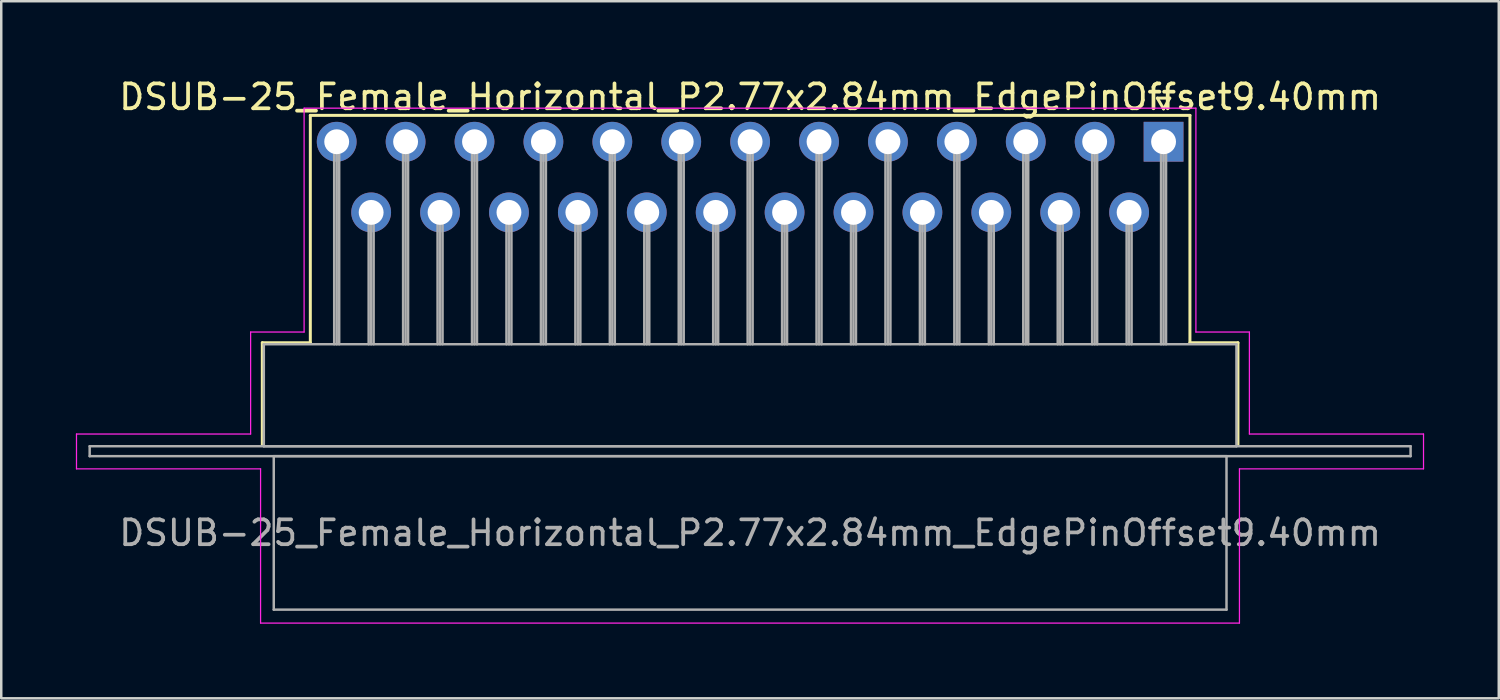
<source format=kicad_pcb>
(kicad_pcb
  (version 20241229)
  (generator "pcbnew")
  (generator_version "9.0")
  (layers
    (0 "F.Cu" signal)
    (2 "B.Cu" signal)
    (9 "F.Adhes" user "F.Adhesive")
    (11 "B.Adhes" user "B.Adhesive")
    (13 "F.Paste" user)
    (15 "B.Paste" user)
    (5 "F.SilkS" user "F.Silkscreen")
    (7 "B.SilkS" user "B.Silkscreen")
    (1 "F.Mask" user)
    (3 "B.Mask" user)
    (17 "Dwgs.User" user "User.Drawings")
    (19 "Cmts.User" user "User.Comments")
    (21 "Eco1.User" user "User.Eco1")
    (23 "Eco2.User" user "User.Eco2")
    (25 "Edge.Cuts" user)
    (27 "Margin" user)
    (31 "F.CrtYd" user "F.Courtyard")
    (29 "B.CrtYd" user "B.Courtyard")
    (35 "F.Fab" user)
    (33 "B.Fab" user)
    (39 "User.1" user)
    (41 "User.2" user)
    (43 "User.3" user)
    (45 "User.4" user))
  (footprint "DSUB-25_Female_Horizontal_P2.77x2.84mm_EdgePinOffset9.40mm"
    (layer "F.Cu")
    (at 43.725 2.648)
    (property "Reference" "DSUB-25_Female_Horizontal_P2.77x2.84mm_EdgePinOffset9.40mm" (at -16.62 -1.8 0) (layer "F.SilkS") (effects (font (size 1 1) (thickness 0.15))))
    (attr through_hole)
    (fp_line (start -36.23 8.08) (end -34.3 8.08) (stroke (width 0.12) (type solid)) (layer "F.SilkS"))
    (fp_line (start -36.23 12.18) (end -36.23 8.08) (stroke (width 0.12) (type solid)) (layer "F.SilkS"))
    (fp_line (start -34.3 -1.06) (end 1.06 -1.06) (stroke (width 0.12) (type solid)) (layer "F.SilkS"))
    (fp_line (start -34.3 8.08) (end -34.3 -1.06) (stroke (width 0.12) (type solid)) (layer "F.SilkS"))
    (fp_line (start -0.25 -1.754) (end 0.25 -1.754) (stroke (width 0.12) (type solid)) (layer "F.SilkS"))
    (fp_line (start 0 -1.321) (end -0.25 -1.754) (stroke (width 0.12) (type solid)) (layer "F.SilkS"))
    (fp_line (start 0.25 -1.754) (end 0 -1.321) (stroke (width 0.12) (type solid)) (layer "F.SilkS"))
    (fp_line (start 1.06 -1.06) (end 1.06 8.08) (stroke (width 0.12) (type solid)) (layer "F.SilkS"))
    (fp_line (start 1.06 8.08) (end 2.99 8.08) (stroke (width 0.12) (type solid)) (layer "F.SilkS"))
    (fp_line (start 2.99 8.08) (end 2.99 12.18) (stroke (width 0.12) (type solid)) (layer "F.SilkS"))
    (fp_line (start -43.7 11.75) (end -36.7 11.75) (stroke (width 0.05) (type solid)) (layer "F.CrtYd"))
    (fp_line (start -43.7 13.15) (end -43.7 11.75) (stroke (width 0.05) (type solid)) (layer "F.CrtYd"))
    (fp_line (start -36.7 7.65) (end -34.55 7.65) (stroke (width 0.05) (type solid)) (layer "F.CrtYd"))
    (fp_line (start -36.7 11.75) (end -36.7 7.65) (stroke (width 0.05) (type solid)) (layer "F.CrtYd"))
    (fp_line (start -36.3 13.15) (end -43.7 13.15) (stroke (width 0.05) (type solid)) (layer "F.CrtYd"))
    (fp_line (start -36.3 19.35) (end -36.3 13.15) (stroke (width 0.05) (type solid)) (layer "F.CrtYd"))
    (fp_line (start -34.55 -1.35) (end 1.3 -1.35) (stroke (width 0.05) (type solid)) (layer "F.CrtYd"))
    (fp_line (start -34.55 7.65) (end -34.55 -1.35) (stroke (width 0.05) (type solid)) (layer "F.CrtYd"))
    (fp_line (start 1.3 -1.35) (end 1.3 7.65) (stroke (width 0.05) (type solid)) (layer "F.CrtYd"))
    (fp_line (start 1.3 7.65) (end 3.45 7.65) (stroke (width 0.05) (type solid)) (layer "F.CrtYd"))
    (fp_line (start 3.05 13.15) (end 3.05 19.35) (stroke (width 0.05) (type solid)) (layer "F.CrtYd"))
    (fp_line (start 3.05 19.35) (end -36.3 19.35) (stroke (width 0.05) (type solid)) (layer "F.CrtYd"))
    (fp_line (start 3.45 7.65) (end 3.45 11.75) (stroke (width 0.05) (type solid)) (layer "F.CrtYd"))
    (fp_line (start 3.45 11.75) (end 10.45 11.75) (stroke (width 0.05) (type solid)) (layer "F.CrtYd"))
    (fp_line (start 10.45 11.75) (end 10.45 13.15) (stroke (width 0.05) (type solid)) (layer "F.CrtYd"))
    (fp_line (start 10.45 13.15) (end 3.05 13.15) (stroke (width 0.05) (type solid)) (layer "F.CrtYd"))
    (fp_line (start -43.17 12.24) (end -43.17 12.64) (stroke (width 0.1) (type solid)) (layer "F.Fab"))
    (fp_line (start -43.17 12.64) (end 9.93 12.64) (stroke (width 0.1) (type solid)) (layer "F.Fab"))
    (fp_line (start -36.17 8.14) (end -36.17 12.24) (stroke (width 0.1) (type solid)) (layer "F.Fab"))
    (fp_line (start -36.17 12.24) (end 2.93 12.24) (stroke (width 0.1) (type solid)) (layer "F.Fab"))
    (fp_line (start -35.77 12.64) (end -35.77 18.81) (stroke (width 0.1) (type solid)) (layer "F.Fab"))
    (fp_line (start -35.77 18.81) (end 2.53 18.81) (stroke (width 0.1) (type solid)) (layer "F.Fab"))
    (fp_line (start -33.34 0) (end -33.34 8.14) (stroke (width 0.1) (type solid)) (layer "F.Fab"))
    (fp_line (start -33.24 0) (end -33.24 8.14) (stroke (width 0.1) (type solid)) (layer "F.Fab"))
    (fp_line (start -33.14 0) (end -33.14 8.14) (stroke (width 0.1) (type solid)) (layer "F.Fab"))
    (fp_line (start -31.955 2.84) (end -31.955 8.14) (stroke (width 0.1) (type solid)) (layer "F.Fab"))
    (fp_line (start -31.855 2.84) (end -31.855 8.14) (stroke (width 0.1) (type solid)) (layer "F.Fab"))
    (fp_line (start -31.755 2.84) (end -31.755 8.14) (stroke (width 0.1) (type solid)) (layer "F.Fab"))
    (fp_line (start -30.57 0) (end -30.57 8.14) (stroke (width 0.1) (type solid)) (layer "F.Fab"))
    (fp_line (start -30.47 0) (end -30.47 8.14) (stroke (width 0.1) (type solid)) (layer "F.Fab"))
    (fp_line (start -30.37 0) (end -30.37 8.14) (stroke (width 0.1) (type solid)) (layer "F.Fab"))
    (fp_line (start -29.185 2.84) (end -29.185 8.14) (stroke (width 0.1) (type solid)) (layer "F.Fab"))
    (fp_line (start -29.085 2.84) (end -29.085 8.14) (stroke (width 0.1) (type solid)) (layer "F.Fab"))
    (fp_line (start -28.985 2.84) (end -28.985 8.14) (stroke (width 0.1) (type solid)) (layer "F.Fab"))
    (fp_line (start -27.8 0) (end -27.8 8.14) (stroke (width 0.1) (type solid)) (layer "F.Fab"))
    (fp_line (start -27.7 0) (end -27.7 8.14) (stroke (width 0.1) (type solid)) (layer "F.Fab"))
    (fp_line (start -27.6 0) (end -27.6 8.14) (stroke (width 0.1) (type solid)) (layer "F.Fab"))
    (fp_line (start -26.415 2.84) (end -26.415 8.14) (stroke (width 0.1) (type solid)) (layer "F.Fab"))
    (fp_line (start -26.315 2.84) (end -26.315 8.14) (stroke (width 0.1) (type solid)) (layer "F.Fab"))
    (fp_line (start -26.215 2.84) (end -26.215 8.14) (stroke (width 0.1) (type solid)) (layer "F.Fab"))
    (fp_line (start -25.03 0) (end -25.03 8.14) (stroke (width 0.1) (type solid)) (layer "F.Fab"))
    (fp_line (start -24.93 0) (end -24.93 8.14) (stroke (width 0.1) (type solid)) (layer "F.Fab"))
    (fp_line (start -24.83 0) (end -24.83 8.14) (stroke (width 0.1) (type solid)) (layer "F.Fab"))
    (fp_line (start -23.645 2.84) (end -23.645 8.14) (stroke (width 0.1) (type solid)) (layer "F.Fab"))
    (fp_line (start -23.545 2.84) (end -23.545 8.14) (stroke (width 0.1) (type solid)) (layer "F.Fab"))
    (fp_line (start -23.445 2.84) (end -23.445 8.14) (stroke (width 0.1) (type solid)) (layer "F.Fab"))
    (fp_line (start -22.26 0) (end -22.26 8.14) (stroke (width 0.1) (type solid)) (layer "F.Fab"))
    (fp_line (start -22.16 0) (end -22.16 8.14) (stroke (width 0.1) (type solid)) (layer "F.Fab"))
    (fp_line (start -22.06 0) (end -22.06 8.14) (stroke (width 0.1) (type solid)) (layer "F.Fab"))
    (fp_line (start -20.875 2.84) (end -20.875 8.14) (stroke (width 0.1) (type solid)) (layer "F.Fab"))
    (fp_line (start -20.775 2.84) (end -20.775 8.14) (stroke (width 0.1) (type solid)) (layer "F.Fab"))
    (fp_line (start -20.675 2.84) (end -20.675 8.14) (stroke (width 0.1) (type solid)) (layer "F.Fab"))
    (fp_line (start -19.49 0) (end -19.49 8.14) (stroke (width 0.1) (type solid)) (layer "F.Fab"))
    (fp_line (start -19.39 0) (end -19.39 8.14) (stroke (width 0.1) (type solid)) (layer "F.Fab"))
    (fp_line (start -19.29 0) (end -19.29 8.14) (stroke (width 0.1) (type solid)) (layer "F.Fab"))
    (fp_line (start -18.105 2.84) (end -18.105 8.14) (stroke (width 0.1) (type solid)) (layer "F.Fab"))
    (fp_line (start -18.005 2.84) (end -18.005 8.14) (stroke (width 0.1) (type solid)) (layer "F.Fab"))
    (fp_line (start -17.905 2.84) (end -17.905 8.14) (stroke (width 0.1) (type solid)) (layer "F.Fab"))
    (fp_line (start -16.72 0) (end -16.72 8.14) (stroke (width 0.1) (type solid)) (layer "F.Fab"))
    (fp_line (start -16.62 0) (end -16.62 8.14) (stroke (width 0.1) (type solid)) (layer "F.Fab"))
    (fp_line (start -16.52 0) (end -16.52 8.14) (stroke (width 0.1) (type solid)) (layer "F.Fab"))
    (fp_line (start -15.335 2.84) (end -15.335 8.14) (stroke (width 0.1) (type solid)) (layer "F.Fab"))
    (fp_line (start -15.235 2.84) (end -15.235 8.14) (stroke (width 0.1) (type solid)) (layer "F.Fab"))
    (fp_line (start -15.135 2.84) (end -15.135 8.14) (stroke (width 0.1) (type solid)) (layer "F.Fab"))
    (fp_line (start -13.95 0) (end -13.95 8.14) (stroke (width 0.1) (type solid)) (layer "F.Fab"))
    (fp_line (start -13.85 0) (end -13.85 8.14) (stroke (width 0.1) (type solid)) (layer "F.Fab"))
    (fp_line (start -13.75 0) (end -13.75 8.14) (stroke (width 0.1) (type solid)) (layer "F.Fab"))
    (fp_line (start -12.565 2.84) (end -12.565 8.14) (stroke (width 0.1) (type solid)) (layer "F.Fab"))
    (fp_line (start -12.465 2.84) (end -12.465 8.14) (stroke (width 0.1) (type solid)) (layer "F.Fab"))
    (fp_line (start -12.365 2.84) (end -12.365 8.14) (stroke (width 0.1) (type solid)) (layer "F.Fab"))
    (fp_line (start -11.18 0) (end -11.18 8.14) (stroke (width 0.1) (type solid)) (layer "F.Fab"))
    (fp_line (start -11.08 0) (end -11.08 8.14) (stroke (width 0.1) (type solid)) (layer "F.Fab"))
    (fp_line (start -10.98 0) (end -10.98 8.14) (stroke (width 0.1) (type solid)) (layer "F.Fab"))
    (fp_line (start -9.795 2.84) (end -9.795 8.14) (stroke (width 0.1) (type solid)) (layer "F.Fab"))
    (fp_line (start -9.695 2.84) (end -9.695 8.14) (stroke (width 0.1) (type solid)) (layer "F.Fab"))
    (fp_line (start -9.595 2.84) (end -9.595 8.14) (stroke (width 0.1) (type solid)) (layer "F.Fab"))
    (fp_line (start -8.41 0) (end -8.41 8.14) (stroke (width 0.1) (type solid)) (layer "F.Fab"))
    (fp_line (start -8.31 0) (end -8.31 8.14) (stroke (width 0.1) (type solid)) (layer "F.Fab"))
    (fp_line (start -8.21 0) (end -8.21 8.14) (stroke (width 0.1) (type solid)) (layer "F.Fab"))
    (fp_line (start -7.025 2.84) (end -7.025 8.14) (stroke (width 0.1) (type solid)) (layer "F.Fab"))
    (fp_line (start -6.925 2.84) (end -6.925 8.14) (stroke (width 0.1) (type solid)) (layer "F.Fab"))
    (fp_line (start -6.825 2.84) (end -6.825 8.14) (stroke (width 0.1) (type solid)) (layer "F.Fab"))
    (fp_line (start -5.64 0) (end -5.64 8.14) (stroke (width 0.1) (type solid)) (layer "F.Fab"))
    (fp_line (start -5.54 0) (end -5.54 8.14) (stroke (width 0.1) (type solid)) (layer "F.Fab"))
    (fp_line (start -5.44 0) (end -5.44 8.14) (stroke (width 0.1) (type solid)) (layer "F.Fab"))
    (fp_line (start -4.255 2.84) (end -4.255 8.14) (stroke (width 0.1) (type solid)) (layer "F.Fab"))
    (fp_line (start -4.155 2.84) (end -4.155 8.14) (stroke (width 0.1) (type solid)) (layer "F.Fab"))
    (fp_line (start -4.055 2.84) (end -4.055 8.14) (stroke (width 0.1) (type solid)) (layer "F.Fab"))
    (fp_line (start -2.87 0) (end -2.87 8.14) (stroke (width 0.1) (type solid)) (layer "F.Fab"))
    (fp_line (start -2.77 0) (end -2.77 8.14) (stroke (width 0.1) (type solid)) (layer "F.Fab"))
    (fp_line (start -2.67 0) (end -2.67 8.14) (stroke (width 0.1) (type solid)) (layer "F.Fab"))
    (fp_line (start -1.485 2.84) (end -1.485 8.14) (stroke (width 0.1) (type solid)) (layer "F.Fab"))
    (fp_line (start -1.385 2.84) (end -1.385 8.14) (stroke (width 0.1) (type solid)) (layer "F.Fab"))
    (fp_line (start -1.285 2.84) (end -1.285 8.14) (stroke (width 0.1) (type solid)) (layer "F.Fab"))
    (fp_line (start -0.1 0) (end -0.1 8.14) (stroke (width 0.1) (type solid)) (layer "F.Fab"))
    (fp_line (start 0 0) (end 0 8.14) (stroke (width 0.1) (type solid)) (layer "F.Fab"))
    (fp_line (start 0.1 0) (end 0.1 8.14) (stroke (width 0.1) (type solid)) (layer "F.Fab"))
    (fp_line (start 2.53 12.64) (end -35.77 12.64) (stroke (width 0.1) (type solid)) (layer "F.Fab"))
    (fp_line (start 2.53 18.81) (end 2.53 12.64) (stroke (width 0.1) (type solid)) (layer "F.Fab"))
    (fp_line (start 2.93 8.14) (end -36.17 8.14) (stroke (width 0.1) (type solid)) (layer "F.Fab"))
    (fp_line (start 2.93 12.24) (end 2.93 8.14) (stroke (width 0.1) (type solid)) (layer "F.Fab"))
    (fp_line (start 9.93 12.24) (end -43.17 12.24) (stroke (width 0.1) (type solid)) (layer "F.Fab"))
    (fp_line (start 9.93 12.64) (end 9.93 12.24) (stroke (width 0.1) (type solid)) (layer "F.Fab"))
    (fp_text user "${REFERENCE}" (at -16.62 15.725 0) (layer "F.Fab") (effects (font (size 1 1) (thickness 0.15))))
    (pad "1" thru_hole rect (at 0 0) (size 1.6 1.6) (drill 1) (layers "*.Cu" "*.Mask"))
    (pad "2" thru_hole circle (at -2.77 0) (size 1.6 1.6) (drill 1) (layers "*.Cu" "*.Mask"))
    (pad "3" thru_hole circle (at -5.54 0) (size 1.6 1.6) (drill 1) (layers "*.Cu" "*.Mask"))
    (pad "4" thru_hole circle (at -8.31 0) (size 1.6 1.6) (drill 1) (layers "*.Cu" "*.Mask"))
    (pad "5" thru_hole circle (at -11.08 0) (size 1.6 1.6) (drill 1) (layers "*.Cu" "*.Mask"))
    (pad "6" thru_hole circle (at -13.85 0) (size 1.6 1.6) (drill 1) (layers "*.Cu" "*.Mask"))
    (pad "7" thru_hole circle (at -16.62 0) (size 1.6 1.6) (drill 1) (layers "*.Cu" "*.Mask"))
    (pad "8" thru_hole circle (at -19.39 0) (size 1.6 1.6) (drill 1) (layers "*.Cu" "*.Mask"))
    (pad "9" thru_hole circle (at -22.16 0) (size 1.6 1.6) (drill 1) (layers "*.Cu" "*.Mask"))
    (pad "10" thru_hole circle (at -24.93 0) (size 1.6 1.6) (drill 1) (layers "*.Cu" "*.Mask"))
    (pad "11" thru_hole circle (at -27.7 0) (size 1.6 1.6) (drill 1) (layers "*.Cu" "*.Mask"))
    (pad "12" thru_hole circle (at -30.47 0) (size 1.6 1.6) (drill 1) (layers "*.Cu" "*.Mask"))
    (pad "13" thru_hole circle (at -33.24 0) (size 1.6 1.6) (drill 1) (layers "*.Cu" "*.Mask"))
    (pad "14" thru_hole circle (at -1.385 2.84) (size 1.6 1.6) (drill 1) (layers "*.Cu" "*.Mask"))
    (pad "15" thru_hole circle (at -4.155 2.84) (size 1.6 1.6) (drill 1) (layers "*.Cu" "*.Mask"))
    (pad "16" thru_hole circle (at -6.925 2.84) (size 1.6 1.6) (drill 1) (layers "*.Cu" "*.Mask"))
    (pad "17" thru_hole circle (at -9.695 2.84) (size 1.6 1.6) (drill 1) (layers "*.Cu" "*.Mask"))
    (pad "18" thru_hole circle (at -12.465 2.84) (size 1.6 1.6) (drill 1) (layers "*.Cu" "*.Mask"))
    (pad "19" thru_hole circle (at -15.235 2.84) (size 1.6 1.6) (drill 1) (layers "*.Cu" "*.Mask"))
    (pad "20" thru_hole circle (at -18.005 2.84) (size 1.6 1.6) (drill 1) (layers "*.Cu" "*.Mask"))
    (pad "21" thru_hole circle (at -20.775 2.84) (size 1.6 1.6) (drill 1) (layers "*.Cu" "*.Mask"))
    (pad "22" thru_hole circle (at -23.545 2.84) (size 1.6 1.6) (drill 1) (layers "*.Cu" "*.Mask"))
    (pad "23" thru_hole circle (at -26.315 2.84) (size 1.6 1.6) (drill 1) (layers "*.Cu" "*.Mask"))
    (pad "24" thru_hole circle (at -29.085 2.84) (size 1.6 1.6) (drill 1) (layers "*.Cu" "*.Mask"))
    (pad "25" thru_hole circle (at -31.855 2.84) (size 1.6 1.6) (drill 1) (layers "*.Cu" "*.Mask")))
  (gr_rect
    (start -3 -3)
    (end 57.2 25.023)
    (stroke (width 0.1) (type default))
    (fill no)
    (layer "Edge.Cuts")))
</source>
